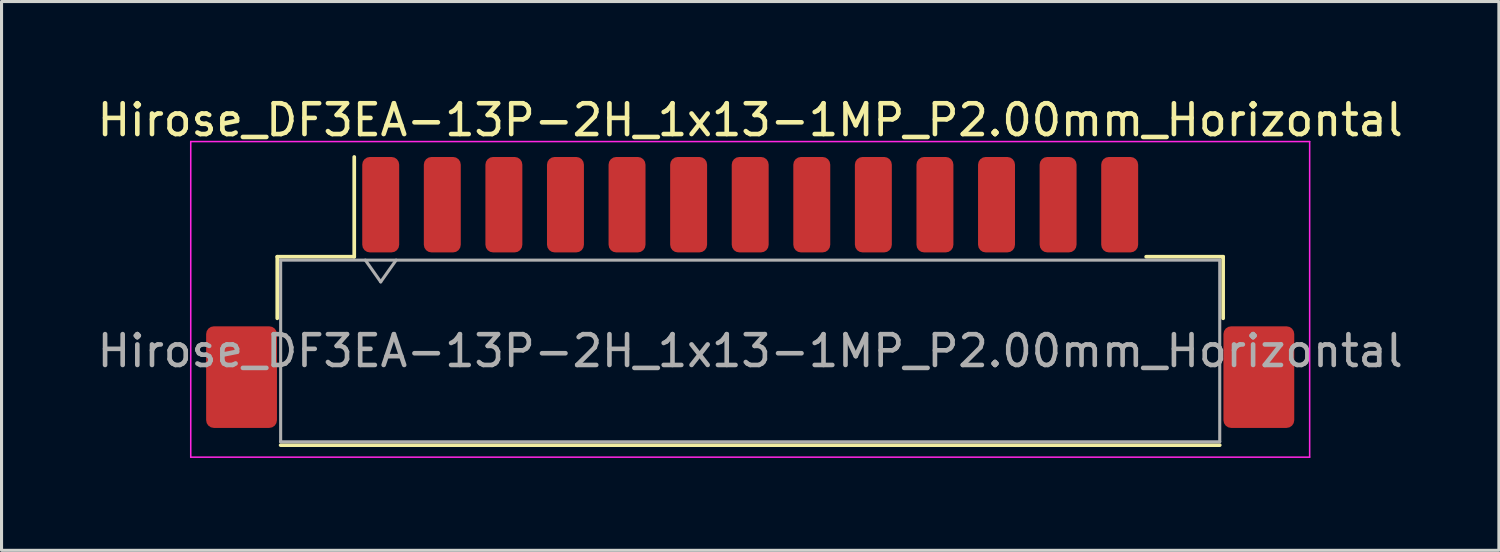
<source format=kicad_pcb>
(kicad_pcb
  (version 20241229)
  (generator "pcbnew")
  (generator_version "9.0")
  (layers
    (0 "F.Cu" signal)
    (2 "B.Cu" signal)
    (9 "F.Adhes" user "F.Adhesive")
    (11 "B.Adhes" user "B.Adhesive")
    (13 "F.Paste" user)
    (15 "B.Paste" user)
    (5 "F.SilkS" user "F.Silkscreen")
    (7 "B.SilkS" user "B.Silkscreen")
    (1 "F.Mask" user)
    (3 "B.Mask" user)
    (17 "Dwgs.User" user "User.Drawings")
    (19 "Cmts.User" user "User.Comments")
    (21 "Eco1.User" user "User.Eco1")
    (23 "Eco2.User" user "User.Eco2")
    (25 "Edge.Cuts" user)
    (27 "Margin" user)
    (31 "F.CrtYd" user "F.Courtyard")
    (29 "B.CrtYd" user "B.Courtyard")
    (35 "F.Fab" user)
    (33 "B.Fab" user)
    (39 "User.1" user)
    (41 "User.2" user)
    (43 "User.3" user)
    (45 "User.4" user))
  (footprint "Hirose_DF3EA-13P-2H_1x13-1MP_P2.00mm_Horizontal"
    (layer "F.Cu")
    (at 21.315 6.448)
    (property "Reference" "Hirose_DF3EA-13P-2H_1x13-1MP_P2.00mm_Horizontal" (at 0 -5.6 0) (layer "F.SilkS") (effects (font (size 1 1) (thickness 0.15))))
    (attr smd)
    (fp_line (start -15.36 -1.16) (end -12.86 -1.16) (stroke (width 0.12) (type solid)) (layer "F.SilkS"))
    (fp_line (start -15.36 0.84) (end -15.36 -1.16) (stroke (width 0.12) (type solid)) (layer "F.SilkS"))
    (fp_line (start -15.25 4.96) (end 15.25 4.96) (stroke (width 0.12) (type solid)) (layer "F.SilkS"))
    (fp_line (start -12.86 -1.16) (end -12.86 -4.4) (stroke (width 0.12) (type solid)) (layer "F.SilkS"))
    (fp_line (start 15.36 -1.16) (end 12.86 -1.16) (stroke (width 0.12) (type solid)) (layer "F.SilkS"))
    (fp_line (start 15.36 0.84) (end 15.36 -1.16) (stroke (width 0.12) (type solid)) (layer "F.SilkS"))
    (fp_line (start -18.17 -4.9) (end -18.17 5.35) (stroke (width 0.05) (type solid)) (layer "F.CrtYd"))
    (fp_line (start -18.17 5.35) (end 18.17 5.35) (stroke (width 0.05) (type solid)) (layer "F.CrtYd"))
    (fp_line (start 18.17 -4.9) (end -18.17 -4.9) (stroke (width 0.05) (type solid)) (layer "F.CrtYd"))
    (fp_line (start 18.17 5.35) (end 18.17 -4.9) (stroke (width 0.05) (type solid)) (layer "F.CrtYd"))
    (fp_line (start -15.25 -1.05) (end -15.25 4.85) (stroke (width 0.1) (type solid)) (layer "F.Fab"))
    (fp_line (start -15.25 -1.05) (end 15.25 -1.05) (stroke (width 0.1) (type solid)) (layer "F.Fab"))
    (fp_line (start -15.25 4.85) (end 15.25 4.85) (stroke (width 0.1) (type solid)) (layer "F.Fab"))
    (fp_line (start -12.5 -1.05) (end -12 -0.343) (stroke (width 0.1) (type solid)) (layer "F.Fab"))
    (fp_line (start -12 -0.343) (end -11.5 -1.05) (stroke (width 0.1) (type solid)) (layer "F.Fab"))
    (fp_line (start 15.25 -1.05) (end 15.25 4.85) (stroke (width 0.1) (type solid)) (layer "F.Fab"))
    (fp_text user "${REFERENCE}" (at 0 1.9 0) (layer "F.Fab") (effects (font (size 1 1) (thickness 0.15))))
    (pad "1" smd roundrect (at -12 -2.85) (size 1.2 3.1) (layers "F.Cu" "F.Mask" "F.Paste") (roundrect_rratio 0.208))
    (pad "2" smd roundrect (at -10 -2.85) (size 1.2 3.1) (layers "F.Cu" "F.Mask" "F.Paste") (roundrect_rratio 0.208))
    (pad "3" smd roundrect (at -8 -2.85) (size 1.2 3.1) (layers "F.Cu" "F.Mask" "F.Paste") (roundrect_rratio 0.208))
    (pad "4" smd roundrect (at -6 -2.85) (size 1.2 3.1) (layers "F.Cu" "F.Mask" "F.Paste") (roundrect_rratio 0.208))
    (pad "5" smd roundrect (at -4 -2.85) (size 1.2 3.1) (layers "F.Cu" "F.Mask" "F.Paste") (roundrect_rratio 0.208))
    (pad "6" smd roundrect (at -2 -2.85) (size 1.2 3.1) (layers "F.Cu" "F.Mask" "F.Paste") (roundrect_rratio 0.208))
    (pad "7" smd roundrect (at 0 -2.85) (size 1.2 3.1) (layers "F.Cu" "F.Mask" "F.Paste") (roundrect_rratio 0.208))
    (pad "8" smd roundrect (at 2 -2.85) (size 1.2 3.1) (layers "F.Cu" "F.Mask" "F.Paste") (roundrect_rratio 0.208))
    (pad "9" smd roundrect (at 4 -2.85) (size 1.2 3.1) (layers "F.Cu" "F.Mask" "F.Paste") (roundrect_rratio 0.208))
    (pad "10" smd roundrect (at 6 -2.85) (size 1.2 3.1) (layers "F.Cu" "F.Mask" "F.Paste") (roundrect_rratio 0.208))
    (pad "11" smd roundrect (at 8 -2.85) (size 1.2 3.1) (layers "F.Cu" "F.Mask" "F.Paste") (roundrect_rratio 0.208))
    (pad "12" smd roundrect (at 10 -2.85) (size 1.2 3.1) (layers "F.Cu" "F.Mask" "F.Paste") (roundrect_rratio 0.208))
    (pad "13" smd roundrect (at 12 -2.85) (size 1.2 3.1) (layers "F.Cu" "F.Mask" "F.Paste") (roundrect_rratio 0.208))
    (pad "MP" smd roundrect (at -16.52 2.75) (size 2.3 3.3) (layers "F.Cu" "F.Mask" "F.Paste") (roundrect_rratio 0.109))
    (pad "MP" smd roundrect (at 16.52 2.75) (size 2.3 3.3) (layers "F.Cu" "F.Mask" "F.Paste") (roundrect_rratio 0.109)))
  (gr_rect
    (start -3 -3)
    (end 45.631 14.823)
    (stroke (width 0.1) (type default))
    (fill no)
    (layer "Edge.Cuts")))
</source>
